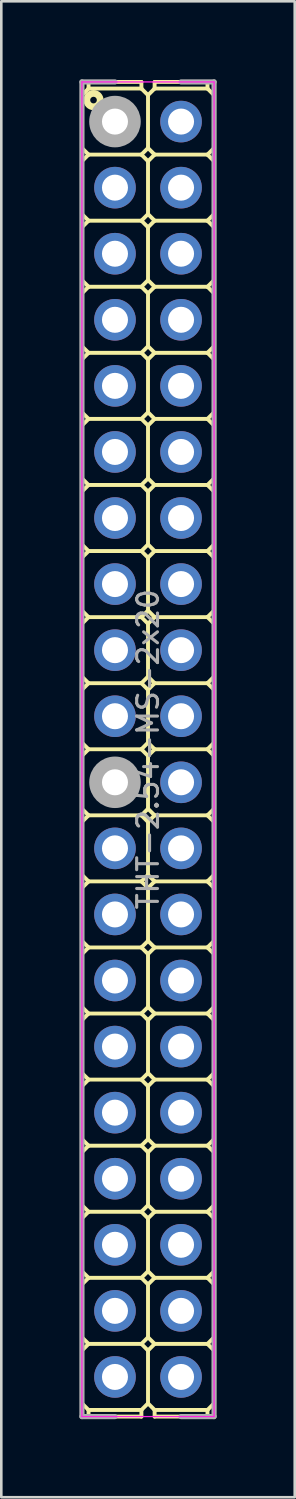
<source format=kicad_pcb>
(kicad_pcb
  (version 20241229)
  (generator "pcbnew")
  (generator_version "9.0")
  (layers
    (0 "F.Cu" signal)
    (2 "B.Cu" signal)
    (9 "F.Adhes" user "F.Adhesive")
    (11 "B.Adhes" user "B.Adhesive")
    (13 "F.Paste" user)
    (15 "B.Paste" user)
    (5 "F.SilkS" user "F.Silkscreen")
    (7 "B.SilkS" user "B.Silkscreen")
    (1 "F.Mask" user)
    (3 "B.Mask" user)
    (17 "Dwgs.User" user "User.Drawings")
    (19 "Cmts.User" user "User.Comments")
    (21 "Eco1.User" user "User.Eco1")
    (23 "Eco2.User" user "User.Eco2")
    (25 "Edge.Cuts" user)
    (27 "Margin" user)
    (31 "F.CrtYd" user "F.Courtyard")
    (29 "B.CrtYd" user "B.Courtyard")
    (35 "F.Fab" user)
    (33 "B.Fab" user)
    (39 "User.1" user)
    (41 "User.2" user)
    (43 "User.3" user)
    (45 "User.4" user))
  (footprint "THT-2.54-MS-2x20"
    (layer "F.Cu")
    (at 2.64 25.754)
    (property "Reference" "THT-2.54-MS-2x20" (at 0 0 270) (layer "F.Fab") (effects (font (size 0.8 0.8) (thickness 0.12))))
    (attr through_hole)
    (fp_line (start -2.54 -25.146) (end -2.54 -23.114) (stroke (width 0.15) (type solid)) (layer "F.SilkS"))
    (fp_line (start -2.54 -25.146) (end -2.286 -25.4) (stroke (width 0.15) (type solid)) (layer "F.SilkS"))
    (fp_line (start -2.54 -23.114) (end -2.286 -22.86) (stroke (width 0.15) (type solid)) (layer "F.SilkS"))
    (fp_line (start -2.54 -22.606) (end -2.54 -20.574) (stroke (width 0.15) (type solid)) (layer "F.SilkS"))
    (fp_line (start -2.54 -20.574) (end -2.286 -20.32) (stroke (width 0.15) (type solid)) (layer "F.SilkS"))
    (fp_line (start -2.54 -20.066) (end -2.54 -18.034) (stroke (width 0.15) (type solid)) (layer "F.SilkS"))
    (fp_line (start -2.54 -18.034) (end -2.286 -17.78) (stroke (width 0.15) (type solid)) (layer "F.SilkS"))
    (fp_line (start -2.54 -17.526) (end -2.54 -15.494) (stroke (width 0.15) (type solid)) (layer "F.SilkS"))
    (fp_line (start -2.54 -15.494) (end -2.286 -15.24) (stroke (width 0.15) (type solid)) (layer "F.SilkS"))
    (fp_line (start -2.54 -14.986) (end -2.54 -12.954) (stroke (width 0.15) (type solid)) (layer "F.SilkS"))
    (fp_line (start -2.54 -12.954) (end -2.286 -12.7) (stroke (width 0.15) (type solid)) (layer "F.SilkS"))
    (fp_line (start -2.54 -12.446) (end -2.54 -10.414) (stroke (width 0.15) (type solid)) (layer "F.SilkS"))
    (fp_line (start -2.54 -10.414) (end -2.286 -10.16) (stroke (width 0.15) (type solid)) (layer "F.SilkS"))
    (fp_line (start -2.54 -9.906) (end -2.54 -7.874) (stroke (width 0.15) (type solid)) (layer "F.SilkS"))
    (fp_line (start -2.54 -7.874) (end -2.286 -7.62) (stroke (width 0.15) (type solid)) (layer "F.SilkS"))
    (fp_line (start -2.54 -7.366) (end -2.54 -5.334) (stroke (width 0.15) (type solid)) (layer "F.SilkS"))
    (fp_line (start -2.54 -5.334) (end -2.286 -5.08) (stroke (width 0.15) (type solid)) (layer "F.SilkS"))
    (fp_line (start -2.54 -4.826) (end -2.54 -2.794) (stroke (width 0.15) (type solid)) (layer "F.SilkS"))
    (fp_line (start -2.54 -2.794) (end -2.286 -2.54) (stroke (width 0.15) (type solid)) (layer "F.SilkS"))
    (fp_line (start -2.54 -2.286) (end -2.54 -0.254) (stroke (width 0.15) (type solid)) (layer "F.SilkS"))
    (fp_line (start -2.54 -0.254) (end -2.286 0) (stroke (width 0.15) (type solid)) (layer "F.SilkS"))
    (fp_line (start -2.54 0.254) (end -2.54 2.286) (stroke (width 0.15) (type solid)) (layer "F.SilkS"))
    (fp_line (start -2.54 2.286) (end -2.286 2.54) (stroke (width 0.15) (type solid)) (layer "F.SilkS"))
    (fp_line (start -2.54 2.794) (end -2.54 4.826) (stroke (width 0.15) (type solid)) (layer "F.SilkS"))
    (fp_line (start -2.54 4.826) (end -2.286 5.08) (stroke (width 0.15) (type solid)) (layer "F.SilkS"))
    (fp_line (start -2.54 5.334) (end -2.54 7.366) (stroke (width 0.15) (type solid)) (layer "F.SilkS"))
    (fp_line (start -2.54 7.366) (end -2.286 7.62) (stroke (width 0.15) (type solid)) (layer "F.SilkS"))
    (fp_line (start -2.54 7.874) (end -2.54 9.906) (stroke (width 0.15) (type solid)) (layer "F.SilkS"))
    (fp_line (start -2.54 9.906) (end -2.286 10.16) (stroke (width 0.15) (type solid)) (layer "F.SilkS"))
    (fp_line (start -2.54 10.414) (end -2.54 12.446) (stroke (width 0.15) (type solid)) (layer "F.SilkS"))
    (fp_line (start -2.54 12.446) (end -2.286 12.7) (stroke (width 0.15) (type solid)) (layer "F.SilkS"))
    (fp_line (start -2.54 12.954) (end -2.54 14.986) (stroke (width 0.15) (type solid)) (layer "F.SilkS"))
    (fp_line (start -2.54 14.986) (end -2.286 15.24) (stroke (width 0.15) (type solid)) (layer "F.SilkS"))
    (fp_line (start -2.54 15.494) (end -2.54 17.526) (stroke (width 0.15) (type solid)) (layer "F.SilkS"))
    (fp_line (start -2.54 17.526) (end -2.286 17.78) (stroke (width 0.15) (type solid)) (layer "F.SilkS"))
    (fp_line (start -2.54 18.034) (end -2.54 20.066) (stroke (width 0.15) (type solid)) (layer "F.SilkS"))
    (fp_line (start -2.54 20.066) (end -2.286 20.32) (stroke (width 0.15) (type solid)) (layer "F.SilkS"))
    (fp_line (start -2.54 20.574) (end -2.54 22.606) (stroke (width 0.15) (type solid)) (layer "F.SilkS"))
    (fp_line (start -2.54 22.606) (end -2.286 22.86) (stroke (width 0.15) (type solid)) (layer "F.SilkS"))
    (fp_line (start -2.54 23.114) (end -2.54 25.146) (stroke (width 0.15) (type solid)) (layer "F.SilkS"))
    (fp_line (start -2.54 25.146) (end -2.286 25.4) (stroke (width 0.15) (type solid)) (layer "F.SilkS"))
    (fp_line (start -2.286 -25.654) (end -0.254 -25.654) (stroke (width 0.15) (type solid)) (layer "F.SilkS"))
    (fp_line (start -2.286 -25.4) (end -2.286 -25.654) (stroke (width 0.15) (type solid)) (layer "F.SilkS"))
    (fp_line (start -2.286 -25.4) (end -0.254 -25.4) (stroke (width 0.15) (type solid)) (layer "F.SilkS"))
    (fp_line (start -2.286 -22.86) (end -2.54 -22.606) (stroke (width 0.15) (type solid)) (layer "F.SilkS"))
    (fp_line (start -2.286 -20.32) (end -2.54 -20.066) (stroke (width 0.15) (type solid)) (layer "F.SilkS"))
    (fp_line (start -2.286 -20.32) (end -0.254 -20.32) (stroke (width 0.15) (type solid)) (layer "F.SilkS"))
    (fp_line (start -2.286 -17.78) (end -2.54 -17.526) (stroke (width 0.15) (type solid)) (layer "F.SilkS"))
    (fp_line (start -2.286 -15.24) (end -2.54 -14.986) (stroke (width 0.15) (type solid)) (layer "F.SilkS"))
    (fp_line (start -2.286 -12.7) (end -2.54 -12.446) (stroke (width 0.15) (type solid)) (layer "F.SilkS"))
    (fp_line (start -2.286 -10.16) (end -2.54 -9.906) (stroke (width 0.15) (type solid)) (layer "F.SilkS"))
    (fp_line (start -2.286 -7.62) (end -2.54 -7.366) (stroke (width 0.15) (type solid)) (layer "F.SilkS"))
    (fp_line (start -2.286 -5.08) (end -2.54 -4.826) (stroke (width 0.15) (type solid)) (layer "F.SilkS"))
    (fp_line (start -2.286 -2.54) (end -2.54 -2.286) (stroke (width 0.15) (type solid)) (layer "F.SilkS"))
    (fp_line (start -2.286 0) (end -2.54 0.254) (stroke (width 0.15) (type solid)) (layer "F.SilkS"))
    (fp_line (start -2.286 2.54) (end -2.54 2.794) (stroke (width 0.15) (type solid)) (layer "F.SilkS"))
    (fp_line (start -2.286 5.08) (end -2.54 5.334) (stroke (width 0.15) (type solid)) (layer "F.SilkS"))
    (fp_line (start -2.286 5.08) (end -0.254 5.08) (stroke (width 0.15) (type solid)) (layer "F.SilkS"))
    (fp_line (start -2.286 7.62) (end -2.54 7.874) (stroke (width 0.15) (type solid)) (layer "F.SilkS"))
    (fp_line (start -2.286 10.16) (end -2.54 10.414) (stroke (width 0.15) (type solid)) (layer "F.SilkS"))
    (fp_line (start -2.286 12.7) (end -2.54 12.954) (stroke (width 0.15) (type solid)) (layer "F.SilkS"))
    (fp_line (start -2.286 15.24) (end -2.54 15.494) (stroke (width 0.15) (type solid)) (layer "F.SilkS"))
    (fp_line (start -2.286 17.78) (end -2.54 18.034) (stroke (width 0.15) (type solid)) (layer "F.SilkS"))
    (fp_line (start -2.286 20.32) (end -2.54 20.574) (stroke (width 0.15) (type solid)) (layer "F.SilkS"))
    (fp_line (start -2.286 22.86) (end -2.54 23.114) (stroke (width 0.15) (type solid)) (layer "F.SilkS"))
    (fp_line (start -2.286 25.4) (end -2.286 25.654) (stroke (width 0.15) (type solid)) (layer "F.SilkS"))
    (fp_line (start -2.286 25.4) (end -0.254 25.4) (stroke (width 0.15) (type solid)) (layer "F.SilkS"))
    (fp_line (start -2.286 25.654) (end -0.254 25.654) (stroke (width 0.15) (type solid)) (layer "F.SilkS"))
    (fp_line (start -0.254 -25.654) (end -0.254 -25.4) (stroke (width 0.15) (type solid)) (layer "F.SilkS"))
    (fp_line (start -0.254 -25.4) (end 0 -25.146) (stroke (width 0.15) (type solid)) (layer "F.SilkS"))
    (fp_line (start -0.254 -22.86) (end -2.286 -22.86) (stroke (width 0.15) (type solid)) (layer "F.SilkS"))
    (fp_line (start -0.254 -20.32) (end 0 -20.574) (stroke (width 0.15) (type solid)) (layer "F.SilkS"))
    (fp_line (start -0.254 -17.78) (end -2.286 -17.78) (stroke (width 0.15) (type solid)) (layer "F.SilkS"))
    (fp_line (start -0.254 -17.78) (end 0 -18.034) (stroke (width 0.15) (type solid)) (layer "F.SilkS"))
    (fp_line (start -0.254 -15.24) (end -2.286 -15.24) (stroke (width 0.15) (type solid)) (layer "F.SilkS"))
    (fp_line (start -0.254 -15.24) (end 0 -15.494) (stroke (width 0.15) (type solid)) (layer "F.SilkS"))
    (fp_line (start -0.254 -12.7) (end -2.286 -12.7) (stroke (width 0.15) (type solid)) (layer "F.SilkS"))
    (fp_line (start -0.254 -12.7) (end 0 -12.954) (stroke (width 0.15) (type solid)) (layer "F.SilkS"))
    (fp_line (start -0.254 -10.16) (end -2.286 -10.16) (stroke (width 0.15) (type solid)) (layer "F.SilkS"))
    (fp_line (start -0.254 -10.16) (end 0 -10.414) (stroke (width 0.15) (type solid)) (layer "F.SilkS"))
    (fp_line (start -0.254 -7.62) (end -2.286 -7.62) (stroke (width 0.15) (type solid)) (layer "F.SilkS"))
    (fp_line (start -0.254 -7.62) (end 0 -7.874) (stroke (width 0.15) (type solid)) (layer "F.SilkS"))
    (fp_line (start -0.254 -5.08) (end -2.286 -5.08) (stroke (width 0.15) (type solid)) (layer "F.SilkS"))
    (fp_line (start -0.254 -5.08) (end 0 -5.334) (stroke (width 0.15) (type solid)) (layer "F.SilkS"))
    (fp_line (start -0.254 -2.54) (end -2.286 -2.54) (stroke (width 0.15) (type solid)) (layer "F.SilkS"))
    (fp_line (start -0.254 -2.54) (end 0 -2.794) (stroke (width 0.15) (type solid)) (layer "F.SilkS"))
    (fp_line (start -0.254 0) (end -2.286 0) (stroke (width 0.15) (type solid)) (layer "F.SilkS"))
    (fp_line (start -0.254 2.54) (end -2.286 2.54) (stroke (width 0.15) (type solid)) (layer "F.SilkS"))
    (fp_line (start -0.254 5.08) (end 0 4.826) (stroke (width 0.15) (type solid)) (layer "F.SilkS"))
    (fp_line (start -0.254 7.62) (end -2.286 7.62) (stroke (width 0.15) (type solid)) (layer "F.SilkS"))
    (fp_line (start -0.254 7.62) (end 0 7.366) (stroke (width 0.15) (type solid)) (layer "F.SilkS"))
    (fp_line (start -0.254 10.16) (end -2.286 10.16) (stroke (width 0.15) (type solid)) (layer "F.SilkS"))
    (fp_line (start -0.254 10.16) (end 0 9.906) (stroke (width 0.15) (type solid)) (layer "F.SilkS"))
    (fp_line (start -0.254 12.7) (end -2.286 12.7) (stroke (width 0.15) (type solid)) (layer "F.SilkS"))
    (fp_line (start -0.254 12.7) (end 0 12.446) (stroke (width 0.15) (type solid)) (layer "F.SilkS"))
    (fp_line (start -0.254 15.24) (end -2.286 15.24) (stroke (width 0.15) (type solid)) (layer "F.SilkS"))
    (fp_line (start -0.254 15.24) (end 0 14.986) (stroke (width 0.15) (type solid)) (layer "F.SilkS"))
    (fp_line (start -0.254 17.78) (end -2.286 17.78) (stroke (width 0.15) (type solid)) (layer "F.SilkS"))
    (fp_line (start -0.254 17.78) (end 0 17.526) (stroke (width 0.15) (type solid)) (layer "F.SilkS"))
    (fp_line (start -0.254 20.32) (end -2.286 20.32) (stroke (width 0.15) (type solid)) (layer "F.SilkS"))
    (fp_line (start -0.254 20.32) (end 0 20.066) (stroke (width 0.15) (type solid)) (layer "F.SilkS"))
    (fp_line (start -0.254 22.86) (end -2.286 22.86) (stroke (width 0.15) (type solid)) (layer "F.SilkS"))
    (fp_line (start -0.254 22.86) (end 0 22.606) (stroke (width 0.15) (type solid)) (layer "F.SilkS"))
    (fp_line (start -0.254 25.4) (end 0 25.146) (stroke (width 0.15) (type solid)) (layer "F.SilkS"))
    (fp_line (start -0.254 25.654) (end -0.254 25.4) (stroke (width 0.15) (type solid)) (layer "F.SilkS"))
    (fp_line (start 0 -25.146) (end 0 -23.114) (stroke (width 0.15) (type solid)) (layer "F.SilkS"))
    (fp_line (start 0 -25.146) (end 0.254 -25.4) (stroke (width 0.15) (type solid)) (layer "F.SilkS"))
    (fp_line (start 0 -23.114) (end -0.254 -22.86) (stroke (width 0.15) (type solid)) (layer "F.SilkS"))
    (fp_line (start 0 -23.114) (end 0.254 -22.86) (stroke (width 0.15) (type solid)) (layer "F.SilkS"))
    (fp_line (start 0 -22.606) (end -0.254 -22.86) (stroke (width 0.15) (type solid)) (layer "F.SilkS"))
    (fp_line (start 0 -20.574) (end 0 -22.606) (stroke (width 0.15) (type solid)) (layer "F.SilkS"))
    (fp_line (start 0 -20.574) (end 0.254 -20.32) (stroke (width 0.15) (type solid)) (layer "F.SilkS"))
    (fp_line (start 0 -20.066) (end -0.254 -20.32) (stroke (width 0.15) (type solid)) (layer "F.SilkS"))
    (fp_line (start 0 -18.034) (end 0 -20.066) (stroke (width 0.15) (type solid)) (layer "F.SilkS"))
    (fp_line (start 0 -18.034) (end 0.254 -17.78) (stroke (width 0.15) (type solid)) (layer "F.SilkS"))
    (fp_line (start 0 -17.526) (end -0.254 -17.78) (stroke (width 0.15) (type solid)) (layer "F.SilkS"))
    (fp_line (start 0 -15.494) (end 0 -17.526) (stroke (width 0.15) (type solid)) (layer "F.SilkS"))
    (fp_line (start 0 -15.494) (end 0.254 -15.24) (stroke (width 0.15) (type solid)) (layer "F.SilkS"))
    (fp_line (start 0 -14.986) (end -0.254 -15.24) (stroke (width 0.15) (type solid)) (layer "F.SilkS"))
    (fp_line (start 0 -12.954) (end 0 -14.986) (stroke (width 0.15) (type solid)) (layer "F.SilkS"))
    (fp_line (start 0 -12.954) (end 0.254 -12.7) (stroke (width 0.15) (type solid)) (layer "F.SilkS"))
    (fp_line (start 0 -12.446) (end -0.254 -12.7) (stroke (width 0.15) (type solid)) (layer "F.SilkS"))
    (fp_line (start 0 -10.414) (end 0 -12.446) (stroke (width 0.15) (type solid)) (layer "F.SilkS"))
    (fp_line (start 0 -10.414) (end 0.254 -10.16) (stroke (width 0.15) (type solid)) (layer "F.SilkS"))
    (fp_line (start 0 -9.906) (end -0.254 -10.16) (stroke (width 0.15) (type solid)) (layer "F.SilkS"))
    (fp_line (start 0 -7.874) (end 0 -9.906) (stroke (width 0.15) (type solid)) (layer "F.SilkS"))
    (fp_line (start 0 -7.874) (end 0.254 -7.62) (stroke (width 0.15) (type solid)) (layer "F.SilkS"))
    (fp_line (start 0 -7.366) (end -0.254 -7.62) (stroke (width 0.15) (type solid)) (layer "F.SilkS"))
    (fp_line (start 0 -5.334) (end 0 -7.366) (stroke (width 0.15) (type solid)) (layer "F.SilkS"))
    (fp_line (start 0 -5.334) (end 0.254 -5.08) (stroke (width 0.15) (type solid)) (layer "F.SilkS"))
    (fp_line (start 0 -4.826) (end -0.254 -5.08) (stroke (width 0.15) (type solid)) (layer "F.SilkS"))
    (fp_line (start 0 -2.794) (end 0 -4.826) (stroke (width 0.15) (type solid)) (layer "F.SilkS"))
    (fp_line (start 0 -2.794) (end 0.254 -2.54) (stroke (width 0.15) (type solid)) (layer "F.SilkS"))
    (fp_line (start 0 -2.286) (end -0.254 -2.54) (stroke (width 0.15) (type solid)) (layer "F.SilkS"))
    (fp_line (start 0 -0.254) (end -0.254 0) (stroke (width 0.15) (type solid)) (layer "F.SilkS"))
    (fp_line (start 0 -0.254) (end 0 -2.286) (stroke (width 0.15) (type solid)) (layer "F.SilkS"))
    (fp_line (start 0 0.254) (end -0.254 0) (stroke (width 0.15) (type solid)) (layer "F.SilkS"))
    (fp_line (start 0 0.254) (end 0 2.286) (stroke (width 0.15) (type solid)) (layer "F.SilkS"))
    (fp_line (start 0 2.286) (end -0.254 2.54) (stroke (width 0.15) (type solid)) (layer "F.SilkS"))
    (fp_line (start 0 2.286) (end 0.254 2.54) (stroke (width 0.15) (type solid)) (layer "F.SilkS"))
    (fp_line (start 0 2.794) (end -0.254 2.54) (stroke (width 0.15) (type solid)) (layer "F.SilkS"))
    (fp_line (start 0 4.826) (end 0 2.794) (stroke (width 0.15) (type solid)) (layer "F.SilkS"))
    (fp_line (start 0 4.826) (end 0.254 5.08) (stroke (width 0.15) (type solid)) (layer "F.SilkS"))
    (fp_line (start 0 5.334) (end -0.254 5.08) (stroke (width 0.15) (type solid)) (layer "F.SilkS"))
    (fp_line (start 0 7.366) (end 0 5.334) (stroke (width 0.15) (type solid)) (layer "F.SilkS"))
    (fp_line (start 0 7.366) (end 0.254 7.62) (stroke (width 0.15) (type solid)) (layer "F.SilkS"))
    (fp_line (start 0 7.874) (end -0.254 7.62) (stroke (width 0.15) (type solid)) (layer "F.SilkS"))
    (fp_line (start 0 9.906) (end 0 7.874) (stroke (width 0.15) (type solid)) (layer "F.SilkS"))
    (fp_line (start 0 9.906) (end 0.254 10.16) (stroke (width 0.15) (type solid)) (layer "F.SilkS"))
    (fp_line (start 0 10.414) (end -0.254 10.16) (stroke (width 0.15) (type solid)) (layer "F.SilkS"))
    (fp_line (start 0 12.446) (end 0 10.414) (stroke (width 0.15) (type solid)) (layer "F.SilkS"))
    (fp_line (start 0 12.446) (end 0.254 12.7) (stroke (width 0.15) (type solid)) (layer "F.SilkS"))
    (fp_line (start 0 12.954) (end -0.254 12.7) (stroke (width 0.15) (type solid)) (layer "F.SilkS"))
    (fp_line (start 0 14.986) (end 0 12.954) (stroke (width 0.15) (type solid)) (layer "F.SilkS"))
    (fp_line (start 0 14.986) (end 0.254 15.24) (stroke (width 0.15) (type solid)) (layer "F.SilkS"))
    (fp_line (start 0 15.494) (end -0.254 15.24) (stroke (width 0.15) (type solid)) (layer "F.SilkS"))
    (fp_line (start 0 17.526) (end 0 15.494) (stroke (width 0.15) (type solid)) (layer "F.SilkS"))
    (fp_line (start 0 17.526) (end 0.254 17.78) (stroke (width 0.15) (type solid)) (layer "F.SilkS"))
    (fp_line (start 0 18.034) (end -0.254 17.78) (stroke (width 0.15) (type solid)) (layer "F.SilkS"))
    (fp_line (start 0 20.066) (end 0 18.034) (stroke (width 0.15) (type solid)) (layer "F.SilkS"))
    (fp_line (start 0 20.066) (end 0.254 20.32) (stroke (width 0.15) (type solid)) (layer "F.SilkS"))
    (fp_line (start 0 20.574) (end -0.254 20.32) (stroke (width 0.15) (type solid)) (layer "F.SilkS"))
    (fp_line (start 0 22.606) (end 0 20.574) (stroke (width 0.15) (type solid)) (layer "F.SilkS"))
    (fp_line (start 0 22.606) (end 0.254 22.86) (stroke (width 0.15) (type solid)) (layer "F.SilkS"))
    (fp_line (start 0 23.114) (end -0.254 22.86) (stroke (width 0.15) (type solid)) (layer "F.SilkS"))
    (fp_line (start 0 25.146) (end 0 23.114) (stroke (width 0.15) (type solid)) (layer "F.SilkS"))
    (fp_line (start 0 25.146) (end 0.254 25.4) (stroke (width 0.15) (type solid)) (layer "F.SilkS"))
    (fp_line (start 0.254 -25.654) (end 2.286 -25.654) (stroke (width 0.15) (type solid)) (layer "F.SilkS"))
    (fp_line (start 0.254 -25.4) (end 0.254 -25.654) (stroke (width 0.15) (type solid)) (layer "F.SilkS"))
    (fp_line (start 0.254 -25.4) (end 2.286 -25.4) (stroke (width 0.15) (type solid)) (layer "F.SilkS"))
    (fp_line (start 0.254 -22.86) (end 0 -22.606) (stroke (width 0.15) (type solid)) (layer "F.SilkS"))
    (fp_line (start 0.254 -20.32) (end 0 -20.066) (stroke (width 0.15) (type solid)) (layer "F.SilkS"))
    (fp_line (start 0.254 -20.32) (end 2.286 -20.32) (stroke (width 0.15) (type solid)) (layer "F.SilkS"))
    (fp_line (start 0.254 -17.78) (end 0 -17.526) (stroke (width 0.15) (type solid)) (layer "F.SilkS"))
    (fp_line (start 0.254 -15.24) (end 0 -14.986) (stroke (width 0.15) (type solid)) (layer "F.SilkS"))
    (fp_line (start 0.254 -12.7) (end 0 -12.446) (stroke (width 0.15) (type solid)) (layer "F.SilkS"))
    (fp_line (start 0.254 -10.16) (end 0 -9.906) (stroke (width 0.15) (type solid)) (layer "F.SilkS"))
    (fp_line (start 0.254 -7.62) (end 0 -7.366) (stroke (width 0.15) (type solid)) (layer "F.SilkS"))
    (fp_line (start 0.254 -5.08) (end 0 -4.826) (stroke (width 0.15) (type solid)) (layer "F.SilkS"))
    (fp_line (start 0.254 -2.54) (end 0 -2.286) (stroke (width 0.15) (type solid)) (layer "F.SilkS"))
    (fp_line (start 0.254 0) (end 0 -0.254) (stroke (width 0.15) (type solid)) (layer "F.SilkS"))
    (fp_line (start 0.254 0) (end 0 0.254) (stroke (width 0.15) (type solid)) (layer "F.SilkS"))
    (fp_line (start 0.254 2.54) (end 0 2.794) (stroke (width 0.15) (type solid)) (layer "F.SilkS"))
    (fp_line (start 0.254 5.08) (end 0 5.334) (stroke (width 0.15) (type solid)) (layer "F.SilkS"))
    (fp_line (start 0.254 5.08) (end 2.286 5.08) (stroke (width 0.15) (type solid)) (layer "F.SilkS"))
    (fp_line (start 0.254 7.62) (end 0 7.874) (stroke (width 0.15) (type solid)) (layer "F.SilkS"))
    (fp_line (start 0.254 10.16) (end 0 10.414) (stroke (width 0.15) (type solid)) (layer "F.SilkS"))
    (fp_line (start 0.254 12.7) (end 0 12.954) (stroke (width 0.15) (type solid)) (layer "F.SilkS"))
    (fp_line (start 0.254 15.24) (end 0 15.494) (stroke (width 0.15) (type solid)) (layer "F.SilkS"))
    (fp_line (start 0.254 17.78) (end 0 18.034) (stroke (width 0.15) (type solid)) (layer "F.SilkS"))
    (fp_line (start 0.254 20.32) (end 0 20.574) (stroke (width 0.15) (type solid)) (layer "F.SilkS"))
    (fp_line (start 0.254 22.86) (end 0 23.114) (stroke (width 0.15) (type solid)) (layer "F.SilkS"))
    (fp_line (start 0.254 25.4) (end 0.254 25.654) (stroke (width 0.15) (type solid)) (layer "F.SilkS"))
    (fp_line (start 0.254 25.4) (end 2.286 25.4) (stroke (width 0.15) (type solid)) (layer "F.SilkS"))
    (fp_line (start 0.254 25.654) (end 2.286 25.654) (stroke (width 0.15) (type solid)) (layer "F.SilkS"))
    (fp_line (start 2.286 -25.654) (end 2.286 -25.4) (stroke (width 0.15) (type solid)) (layer "F.SilkS"))
    (fp_line (start 2.286 -25.4) (end 2.54 -25.146) (stroke (width 0.15) (type solid)) (layer "F.SilkS"))
    (fp_line (start 2.286 -22.86) (end 0.254 -22.86) (stroke (width 0.15) (type solid)) (layer "F.SilkS"))
    (fp_line (start 2.286 -20.32) (end 2.54 -20.574) (stroke (width 0.15) (type solid)) (layer "F.SilkS"))
    (fp_line (start 2.286 -17.78) (end 0.254 -17.78) (stroke (width 0.15) (type solid)) (layer "F.SilkS"))
    (fp_line (start 2.286 -17.78) (end 2.54 -18.034) (stroke (width 0.15) (type solid)) (layer "F.SilkS"))
    (fp_line (start 2.286 -15.24) (end 0.254 -15.24) (stroke (width 0.15) (type solid)) (layer "F.SilkS"))
    (fp_line (start 2.286 -15.24) (end 2.54 -15.494) (stroke (width 0.15) (type solid)) (layer "F.SilkS"))
    (fp_line (start 2.286 -12.7) (end 0.254 -12.7) (stroke (width 0.15) (type solid)) (layer "F.SilkS"))
    (fp_line (start 2.286 -12.7) (end 2.54 -12.954) (stroke (width 0.15) (type solid)) (layer "F.SilkS"))
    (fp_line (start 2.286 -10.16) (end 0.254 -10.16) (stroke (width 0.15) (type solid)) (layer "F.SilkS"))
    (fp_line (start 2.286 -10.16) (end 2.54 -10.414) (stroke (width 0.15) (type solid)) (layer "F.SilkS"))
    (fp_line (start 2.286 -7.62) (end 0.254 -7.62) (stroke (width 0.15) (type solid)) (layer "F.SilkS"))
    (fp_line (start 2.286 -7.62) (end 2.54 -7.874) (stroke (width 0.15) (type solid)) (layer "F.SilkS"))
    (fp_line (start 2.286 -5.08) (end 0.254 -5.08) (stroke (width 0.15) (type solid)) (layer "F.SilkS"))
    (fp_line (start 2.286 -5.08) (end 2.54 -5.334) (stroke (width 0.15) (type solid)) (layer "F.SilkS"))
    (fp_line (start 2.286 -2.54) (end 0.254 -2.54) (stroke (width 0.15) (type solid)) (layer "F.SilkS"))
    (fp_line (start 2.286 -2.54) (end 2.54 -2.794) (stroke (width 0.15) (type solid)) (layer "F.SilkS"))
    (fp_line (start 2.286 0) (end 0.254 0) (stroke (width 0.15) (type solid)) (layer "F.SilkS"))
    (fp_line (start 2.286 2.54) (end 0.254 2.54) (stroke (width 0.15) (type solid)) (layer "F.SilkS"))
    (fp_line (start 2.286 5.08) (end 2.54 4.826) (stroke (width 0.15) (type solid)) (layer "F.SilkS"))
    (fp_line (start 2.286 7.62) (end 0.254 7.62) (stroke (width 0.15) (type solid)) (layer "F.SilkS"))
    (fp_line (start 2.286 7.62) (end 2.54 7.366) (stroke (width 0.15) (type solid)) (layer "F.SilkS"))
    (fp_line (start 2.286 10.16) (end 0.254 10.16) (stroke (width 0.15) (type solid)) (layer "F.SilkS"))
    (fp_line (start 2.286 10.16) (end 2.54 9.906) (stroke (width 0.15) (type solid)) (layer "F.SilkS"))
    (fp_line (start 2.286 12.7) (end 0.254 12.7) (stroke (width 0.15) (type solid)) (layer "F.SilkS"))
    (fp_line (start 2.286 12.7) (end 2.54 12.446) (stroke (width 0.15) (type solid)) (layer "F.SilkS"))
    (fp_line (start 2.286 15.24) (end 0.254 15.24) (stroke (width 0.15) (type solid)) (layer "F.SilkS"))
    (fp_line (start 2.286 15.24) (end 2.54 14.986) (stroke (width 0.15) (type solid)) (layer "F.SilkS"))
    (fp_line (start 2.286 17.78) (end 0.254 17.78) (stroke (width 0.15) (type solid)) (layer "F.SilkS"))
    (fp_line (start 2.286 17.78) (end 2.54 17.526) (stroke (width 0.15) (type solid)) (layer "F.SilkS"))
    (fp_line (start 2.286 20.32) (end 0.254 20.32) (stroke (width 0.15) (type solid)) (layer "F.SilkS"))
    (fp_line (start 2.286 20.32) (end 2.54 20.066) (stroke (width 0.15) (type solid)) (layer "F.SilkS"))
    (fp_line (start 2.286 22.86) (end 0.254 22.86) (stroke (width 0.15) (type solid)) (layer "F.SilkS"))
    (fp_line (start 2.286 22.86) (end 2.54 22.606) (stroke (width 0.15) (type solid)) (layer "F.SilkS"))
    (fp_line (start 2.286 25.4) (end 2.54 25.146) (stroke (width 0.15) (type solid)) (layer "F.SilkS"))
    (fp_line (start 2.286 25.654) (end 2.286 25.4) (stroke (width 0.15) (type solid)) (layer "F.SilkS"))
    (fp_line (start 2.54 -25.146) (end 2.54 -23.114) (stroke (width 0.15) (type solid)) (layer "F.SilkS"))
    (fp_line (start 2.54 -23.114) (end 2.286 -22.86) (stroke (width 0.15) (type solid)) (layer "F.SilkS"))
    (fp_line (start 2.54 -22.606) (end 2.286 -22.86) (stroke (width 0.15) (type solid)) (layer "F.SilkS"))
    (fp_line (start 2.54 -20.574) (end 2.54 -22.606) (stroke (width 0.15) (type solid)) (layer "F.SilkS"))
    (fp_line (start 2.54 -20.066) (end 2.286 -20.32) (stroke (width 0.15) (type solid)) (layer "F.SilkS"))
    (fp_line (start 2.54 -18.034) (end 2.54 -20.066) (stroke (width 0.15) (type solid)) (layer "F.SilkS"))
    (fp_line (start 2.54 -17.526) (end 2.286 -17.78) (stroke (width 0.15) (type solid)) (layer "F.SilkS"))
    (fp_line (start 2.54 -15.494) (end 2.54 -17.526) (stroke (width 0.15) (type solid)) (layer "F.SilkS"))
    (fp_line (start 2.54 -14.986) (end 2.286 -15.24) (stroke (width 0.15) (type solid)) (layer "F.SilkS"))
    (fp_line (start 2.54 -12.954) (end 2.54 -14.986) (stroke (width 0.15) (type solid)) (layer "F.SilkS"))
    (fp_line (start 2.54 -12.446) (end 2.286 -12.7) (stroke (width 0.15) (type solid)) (layer "F.SilkS"))
    (fp_line (start 2.54 -10.414) (end 2.54 -12.446) (stroke (width 0.15) (type solid)) (layer "F.SilkS"))
    (fp_line (start 2.54 -9.906) (end 2.286 -10.16) (stroke (width 0.15) (type solid)) (layer "F.SilkS"))
    (fp_line (start 2.54 -7.874) (end 2.54 -9.906) (stroke (width 0.15) (type solid)) (layer "F.SilkS"))
    (fp_line (start 2.54 -7.366) (end 2.286 -7.62) (stroke (width 0.15) (type solid)) (layer "F.SilkS"))
    (fp_line (start 2.54 -5.334) (end 2.54 -7.366) (stroke (width 0.15) (type solid)) (layer "F.SilkS"))
    (fp_line (start 2.54 -4.826) (end 2.286 -5.08) (stroke (width 0.15) (type solid)) (layer "F.SilkS"))
    (fp_line (start 2.54 -2.794) (end 2.54 -4.826) (stroke (width 0.15) (type solid)) (layer "F.SilkS"))
    (fp_line (start 2.54 -2.286) (end 2.286 -2.54) (stroke (width 0.15) (type solid)) (layer "F.SilkS"))
    (fp_line (start 2.54 -0.254) (end 2.286 0) (stroke (width 0.15) (type solid)) (layer "F.SilkS"))
    (fp_line (start 2.54 -0.254) (end 2.54 -2.286) (stroke (width 0.15) (type solid)) (layer "F.SilkS"))
    (fp_line (start 2.54 0.254) (end 2.286 0) (stroke (width 0.15) (type solid)) (layer "F.SilkS"))
    (fp_line (start 2.54 0.254) (end 2.54 2.286) (stroke (width 0.15) (type solid)) (layer "F.SilkS"))
    (fp_line (start 2.54 2.286) (end 2.286 2.54) (stroke (width 0.15) (type solid)) (layer "F.SilkS"))
    (fp_line (start 2.54 2.794) (end 2.286 2.54) (stroke (width 0.15) (type solid)) (layer "F.SilkS"))
    (fp_line (start 2.54 4.826) (end 2.54 2.794) (stroke (width 0.15) (type solid)) (layer "F.SilkS"))
    (fp_line (start 2.54 5.334) (end 2.286 5.08) (stroke (width 0.15) (type solid)) (layer "F.SilkS"))
    (fp_line (start 2.54 7.366) (end 2.54 5.334) (stroke (width 0.15) (type solid)) (layer "F.SilkS"))
    (fp_line (start 2.54 7.874) (end 2.286 7.62) (stroke (width 0.15) (type solid)) (layer "F.SilkS"))
    (fp_line (start 2.54 9.906) (end 2.54 7.874) (stroke (width 0.15) (type solid)) (layer "F.SilkS"))
    (fp_line (start 2.54 10.414) (end 2.286 10.16) (stroke (width 0.15) (type solid)) (layer "F.SilkS"))
    (fp_line (start 2.54 12.446) (end 2.54 10.414) (stroke (width 0.15) (type solid)) (layer "F.SilkS"))
    (fp_line (start 2.54 12.954) (end 2.286 12.7) (stroke (width 0.15) (type solid)) (layer "F.SilkS"))
    (fp_line (start 2.54 14.986) (end 2.54 12.954) (stroke (width 0.15) (type solid)) (layer "F.SilkS"))
    (fp_line (start 2.54 15.494) (end 2.286 15.24) (stroke (width 0.15) (type solid)) (layer "F.SilkS"))
    (fp_line (start 2.54 17.526) (end 2.54 15.494) (stroke (width 0.15) (type solid)) (layer "F.SilkS"))
    (fp_line (start 2.54 18.034) (end 2.286 17.78) (stroke (width 0.15) (type solid)) (layer "F.SilkS"))
    (fp_line (start 2.54 20.066) (end 2.54 18.034) (stroke (width 0.15) (type solid)) (layer "F.SilkS"))
    (fp_line (start 2.54 20.574) (end 2.286 20.32) (stroke (width 0.15) (type solid)) (layer "F.SilkS"))
    (fp_line (start 2.54 22.606) (end 2.54 20.574) (stroke (width 0.15) (type solid)) (layer "F.SilkS"))
    (fp_line (start 2.54 23.114) (end 2.286 22.86) (stroke (width 0.15) (type solid)) (layer "F.SilkS"))
    (fp_line (start 2.54 25.146) (end 2.54 23.114) (stroke (width 0.15) (type solid)) (layer "F.SilkS"))
    (fp_circle (center -2.095 -24.956) (end -1.968 -24.956) (stroke (width 0.26) (type solid)) (fill no) (layer "F.SilkS"))
    (fp_line (start -2.54 -25.654) (end 2.54 -25.654) (stroke (width 0.05) (type solid)) (layer "F.CrtYd"))
    (fp_line (start -2.54 25.654) (end -2.54 -25.654) (stroke (width 0.05) (type solid)) (layer "F.CrtYd"))
    (fp_line (start 2.54 -25.654) (end 2.54 25.654) (stroke (width 0.05) (type solid)) (layer "F.CrtYd"))
    (fp_line (start 2.54 25.654) (end -2.54 25.654) (stroke (width 0.05) (type solid)) (layer "F.CrtYd"))
    (fp_line (start -2.54 -25.654) (end -2.54 25.654) (stroke (width 0.2) (type solid)) (layer "F.Fab"))
    (fp_line (start -2.54 -25.654) (end -1.27 -25.654) (stroke (width 0.2) (type solid)) (layer "F.Fab"))
    (fp_line (start -2.54 25.654) (end -1.27 25.654) (stroke (width 0.2) (type solid)) (layer "F.Fab"))
    (fp_line (start 1.27 -25.654) (end 2.54 -25.654) (stroke (width 0.2) (type solid)) (layer "F.Fab"))
    (fp_line (start 1.27 25.654) (end 2.54 25.654) (stroke (width 0.2) (type solid)) (layer "F.Fab"))
    (fp_line (start 2.54 25.654) (end 2.54 -25.654) (stroke (width 0.2) (type solid)) (layer "F.Fab"))
    (fp_circle (center -1.27 -24.13) (end -1.27 -23.939) (stroke (width 0.8) (type solid)) (fill no) (layer "F.Fab"))
    (fp_circle (center -1.27 1.27) (end -1.27 1.46) (stroke (width 0.8) (type solid)) (fill no) (layer "F.Fab"))
    (pad "1" thru_hole circle (at -1.27 -24.13) (size 1.6 1.6) (drill 1) (layers "*.Cu" "*.Mask"))
    (pad "2" thru_hole circle (at 1.27 -24.13) (size 1.6 1.6) (drill 1) (layers "*.Cu" "*.Mask"))
    (pad "3" thru_hole circle (at -1.27 -21.59) (size 1.6 1.6) (drill 1) (layers "*.Cu" "*.Mask"))
    (pad "4" thru_hole circle (at 1.27 -21.59) (size 1.6 1.6) (drill 1) (layers "*.Cu" "*.Mask"))
    (pad "5" thru_hole circle (at -1.27 -19.05) (size 1.6 1.6) (drill 1) (layers "*.Cu" "*.Mask"))
    (pad "6" thru_hole circle (at 1.27 -19.05) (size 1.6 1.6) (drill 1) (layers "*.Cu" "*.Mask"))
    (pad "7" thru_hole circle (at -1.27 -16.51) (size 1.6 1.6) (drill 1) (layers "*.Cu" "*.Mask"))
    (pad "8" thru_hole circle (at 1.27 -16.51) (size 1.6 1.6) (drill 1) (layers "*.Cu" "*.Mask"))
    (pad "9" thru_hole circle (at -1.27 -13.97) (size 1.6 1.6) (drill 1) (layers "*.Cu" "*.Mask"))
    (pad "10" thru_hole circle (at 1.27 -13.97) (size 1.6 1.6) (drill 1) (layers "*.Cu" "*.Mask"))
    (pad "11" thru_hole circle (at -1.27 -11.43) (size 1.6 1.6) (drill 1) (layers "*.Cu" "*.Mask"))
    (pad "12" thru_hole circle (at 1.27 -11.43) (size 1.6 1.6) (drill 1) (layers "*.Cu" "*.Mask"))
    (pad "13" thru_hole circle (at -1.27 -8.89) (size 1.6 1.6) (drill 1) (layers "*.Cu" "*.Mask"))
    (pad "14" thru_hole circle (at 1.27 -8.89) (size 1.6 1.6) (drill 1) (layers "*.Cu" "*.Mask"))
    (pad "15" thru_hole circle (at -1.27 -6.35) (size 1.6 1.6) (drill 1) (layers "*.Cu" "*.Mask"))
    (pad "16" thru_hole circle (at 1.27 -6.35) (size 1.6 1.6) (drill 1) (layers "*.Cu" "*.Mask"))
    (pad "17" thru_hole circle (at -1.27 -3.81) (size 1.6 1.6) (drill 1) (layers "*.Cu" "*.Mask"))
    (pad "18" thru_hole circle (at 1.27 -3.81) (size 1.6 1.6) (drill 1) (layers "*.Cu" "*.Mask"))
    (pad "19" thru_hole circle (at -1.27 -1.27) (size 1.6 1.6) (drill 1) (layers "*.Cu" "*.Mask"))
    (pad "20" thru_hole circle (at 1.27 -1.27) (size 1.6 1.6) (drill 1) (layers "*.Cu" "*.Mask"))
    (pad "21" thru_hole circle (at -1.27 1.27) (size 1.6 1.6) (drill 1) (layers "*.Cu" "*.Mask"))
    (pad "22" thru_hole circle (at 1.27 1.27) (size 1.6 1.6) (drill 1) (layers "*.Cu" "*.Mask"))
    (pad "23" thru_hole circle (at -1.27 3.81) (size 1.6 1.6) (drill 1) (layers "*.Cu" "*.Mask"))
    (pad "24" thru_hole circle (at 1.27 3.81) (size 1.6 1.6) (drill 1) (layers "*.Cu" "*.Mask"))
    (pad "25" thru_hole circle (at -1.27 6.35) (size 1.6 1.6) (drill 1) (layers "*.Cu" "*.Mask"))
    (pad "26" thru_hole circle (at 1.27 6.35) (size 1.6 1.6) (drill 1) (layers "*.Cu" "*.Mask"))
    (pad "27" thru_hole circle (at -1.27 8.89) (size 1.6 1.6) (drill 1) (layers "*.Cu" "*.Mask"))
    (pad "28" thru_hole circle (at 1.27 8.89) (size 1.6 1.6) (drill 1) (layers "*.Cu" "*.Mask"))
    (pad "29" thru_hole circle (at -1.27 11.43) (size 1.6 1.6) (drill 1) (layers "*.Cu" "*.Mask"))
    (pad "30" thru_hole circle (at 1.27 11.43) (size 1.6 1.6) (drill 1) (layers "*.Cu" "*.Mask"))
    (pad "31" thru_hole circle (at -1.27 13.97) (size 1.6 1.6) (drill 1) (layers "*.Cu" "*.Mask"))
    (pad "32" thru_hole circle (at 1.27 13.97) (size 1.6 1.6) (drill 1) (layers "*.Cu" "*.Mask"))
    (pad "33" thru_hole circle (at -1.27 16.51) (size 1.6 1.6) (drill 1) (layers "*.Cu" "*.Mask"))
    (pad "34" thru_hole circle (at 1.27 16.51) (size 1.6 1.6) (drill 1) (layers "*.Cu" "*.Mask"))
    (pad "35" thru_hole circle (at -1.27 19.05) (size 1.6 1.6) (drill 1) (layers "*.Cu" "*.Mask"))
    (pad "36" thru_hole circle (at 1.27 19.05) (size 1.6 1.6) (drill 1) (layers "*.Cu" "*.Mask"))
    (pad "37" thru_hole circle (at -1.27 21.59) (size 1.6 1.6) (drill 1) (layers "*.Cu" "*.Mask"))
    (pad "38" thru_hole circle (at 1.27 21.59) (size 1.6 1.6) (drill 1) (layers "*.Cu" "*.Mask"))
    (pad "39" thru_hole circle (at -1.27 24.13) (size 1.6 1.6) (drill 1) (layers "*.Cu" "*.Mask"))
    (pad "40" thru_hole circle (at 1.27 24.13) (size 1.6 1.6) (drill 1) (layers "*.Cu" "*.Mask")))
  (gr_rect
    (start -3 -3)
    (end 8.28 54.508)
    (stroke (width 0.1) (type default))
    (fill no)
    (layer "Edge.Cuts")))
</source>
